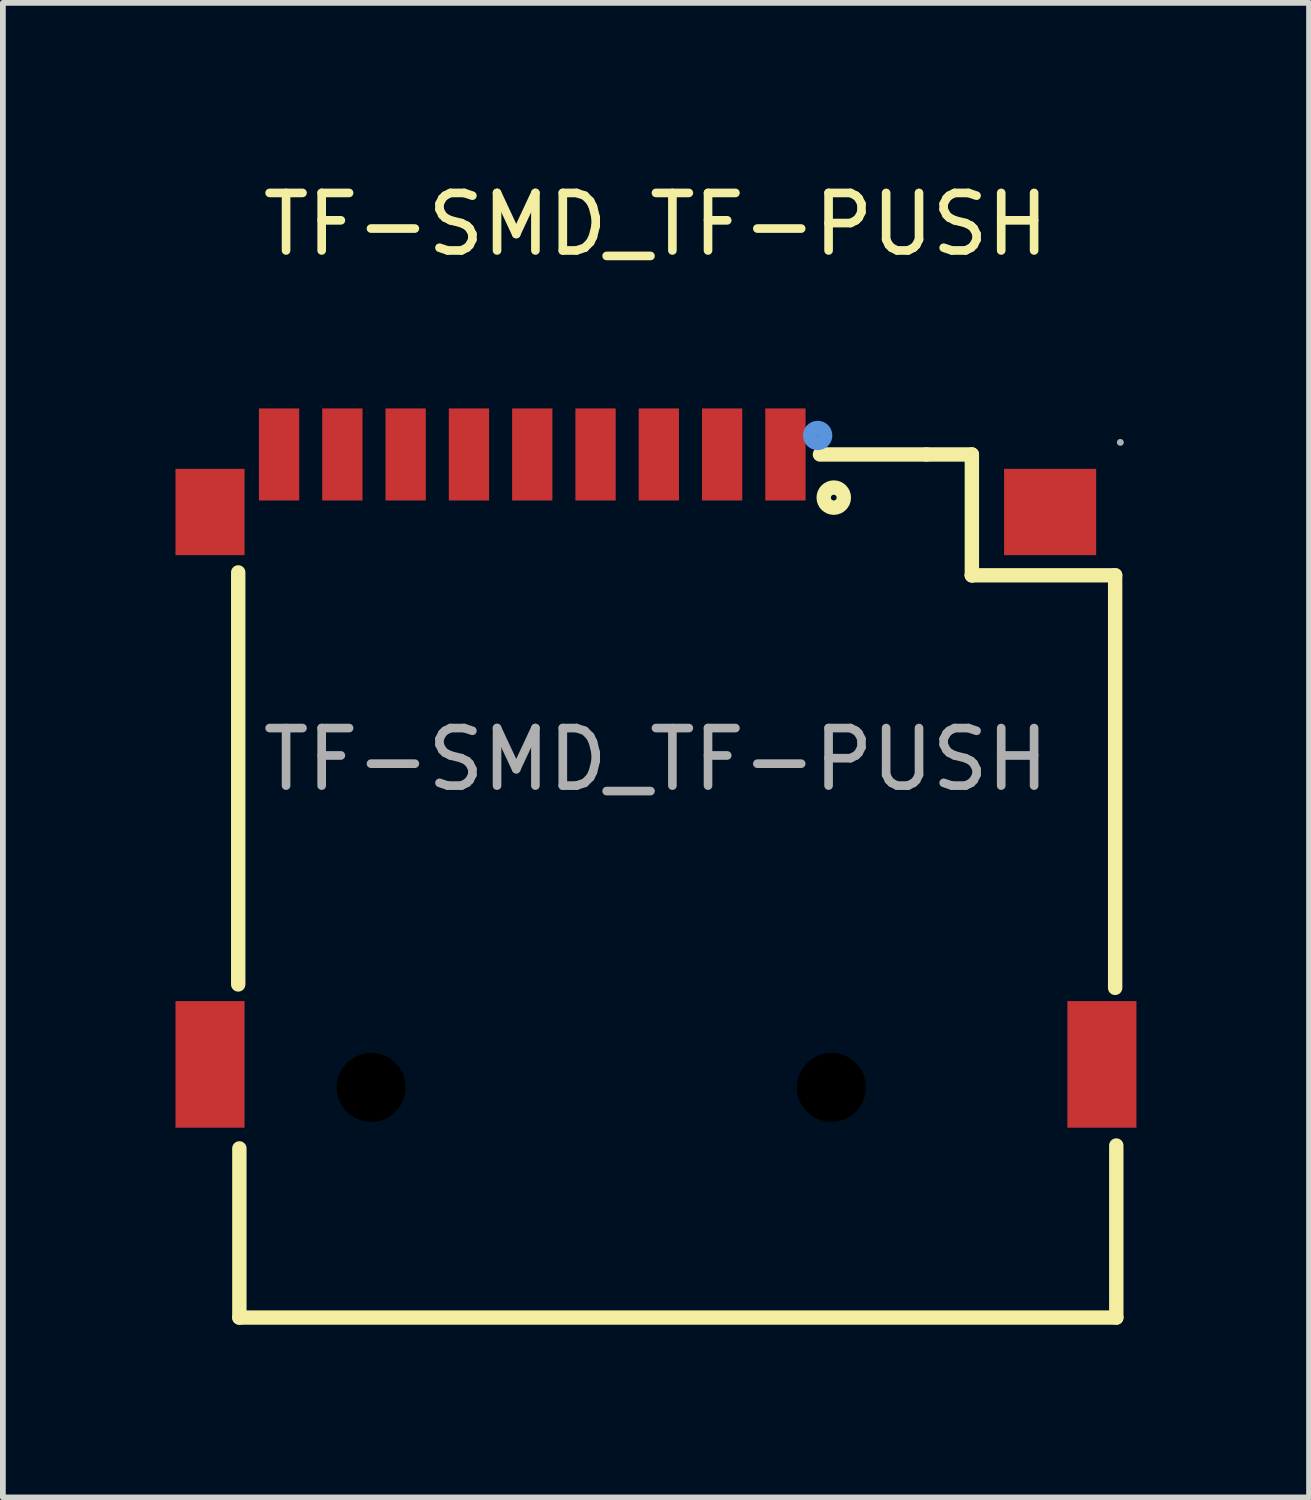
<source format=kicad_pcb>
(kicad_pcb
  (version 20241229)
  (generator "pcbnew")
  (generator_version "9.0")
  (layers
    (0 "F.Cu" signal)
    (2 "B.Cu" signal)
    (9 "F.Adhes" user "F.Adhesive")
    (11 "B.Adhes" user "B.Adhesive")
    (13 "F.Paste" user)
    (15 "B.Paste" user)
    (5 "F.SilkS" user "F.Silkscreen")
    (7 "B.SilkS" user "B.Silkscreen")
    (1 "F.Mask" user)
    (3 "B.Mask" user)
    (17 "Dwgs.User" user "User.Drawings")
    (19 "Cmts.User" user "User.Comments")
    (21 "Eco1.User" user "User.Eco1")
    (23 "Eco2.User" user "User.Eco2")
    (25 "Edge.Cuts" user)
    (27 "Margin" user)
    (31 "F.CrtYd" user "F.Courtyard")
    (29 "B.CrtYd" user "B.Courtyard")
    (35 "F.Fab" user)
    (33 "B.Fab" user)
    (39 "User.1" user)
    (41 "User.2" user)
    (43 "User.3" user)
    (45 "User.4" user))
  (footprint "TF-SMD_TF-PUSH"
    (layer "F.Cu")
    (at 8.35 10.148)
    (property "Reference" "TF-SMD_TF-PUSH" (at 0 -9.3 0) (layer "F.SilkS") (effects (font (size 1 1) (thickness 0.15))))
    (attr smd)
    (fp_line (start -7.26 -3.25) (end -7.26 3.91) (stroke (width 0.25) (type solid)) (layer "F.SilkS"))
    (fp_line (start -7.24 9.7) (end -7.24 6.76) (stroke (width 0.25) (type solid)) (layer "F.SilkS"))
    (fp_line (start -7.24 9.7) (end 8 9.7) (stroke (width 0.25) (type solid)) (layer "F.SilkS"))
    (fp_line (start 4.7 -5.3) (end 2.85 -5.3) (stroke (width 0.25) (type solid)) (layer "F.SilkS"))
    (fp_line (start 4.7 -5.3) (end 5.49 -5.3) (stroke (width 0.25) (type solid)) (layer "F.SilkS"))
    (fp_line (start 5.49 -5.3) (end 5.49 -3.2) (stroke (width 0.25) (type solid)) (layer "F.SilkS"))
    (fp_line (start 5.49 -3.2) (end 5.5 -3.2) (stroke (width 0.25) (type solid)) (layer "F.SilkS"))
    (fp_line (start 7.98 -3.2) (end 5.49 -3.2) (stroke (width 0.25) (type solid)) (layer "F.SilkS"))
    (fp_line (start 7.98 3.97) (end 7.98 -3.2) (stroke (width 0.25) (type solid)) (layer "F.SilkS"))
    (fp_line (start 8 9.7) (end 8 6.71) (stroke (width 0.25) (type solid)) (layer "F.SilkS"))
    (fp_circle (center 3.09 -4.55) (end 3.14 -4.55) (stroke (width 0.25) (type solid)) (fill no) (layer "F.SilkS"))
    (fp_circle (center -4.95 5.7) (end -4.75 5.7) (stroke (width 0.4) (type solid)) (fill no) (layer "Cmts.User"))
    (fp_circle (center 2.81 -5.63) (end 2.94 -5.63) (stroke (width 0.25) (type solid)) (fill no) (layer "Cmts.User"))
    (fp_circle (center 3.05 5.7) (end 3.25 5.7) (stroke (width 0.4) (type solid)) (fill no) (layer "Cmts.User"))
    (fp_circle (center 8.07 -5.51) (end 8.1 -5.51) (stroke (width 0.06) (type solid)) (fill no) (layer "F.Fab"))
    (fp_text user "${REFERENCE}" (at 0 0 0) (layer "F.Fab") (effects (font (size 1 1) (thickness 0.15))))
    (pad "" np_thru_hole circle (at -4.95 5.7) (size 1.2 1.2) (drill 1.2) (layers "*.Mask"))
    (pad "" np_thru_hole circle (at 3.05 5.7) (size 1.2 1.2) (drill 1.2) (layers "*.Mask"))
    (pad "1" smd rect (at 2.25 -5.3) (size 0.7 1.6) (layers "F.Cu" "F.Mask" "F.Paste"))
    (pad "2" smd rect (at 1.15 -5.3) (size 0.7 1.6) (layers "F.Cu" "F.Mask" "F.Paste"))
    (pad "3" smd rect (at 0.05 -5.3) (size 0.7 1.6) (layers "F.Cu" "F.Mask" "F.Paste"))
    (pad "4" smd rect (at -1.05 -5.3) (size 0.7 1.6) (layers "F.Cu" "F.Mask" "F.Paste"))
    (pad "5" smd rect (at -2.15 -5.3) (size 0.7 1.6) (layers "F.Cu" "F.Mask" "F.Paste"))
    (pad "6" smd rect (at -3.25 -5.3) (size 0.7 1.6) (layers "F.Cu" "F.Mask" "F.Paste"))
    (pad "7" smd rect (at -4.35 -5.3) (size 0.7 1.6) (layers "F.Cu" "F.Mask" "F.Paste"))
    (pad "8" smd rect (at -5.45 -5.3) (size 0.7 1.6) (layers "F.Cu" "F.Mask" "F.Paste"))
    (pad "9" smd rect (at -6.55 -5.3) (size 0.7 1.6) (layers "F.Cu" "F.Mask" "F.Paste"))
    (pad "10" smd rect (at -7.75 -4.3) (size 1.2 1.5) (layers "F.Cu" "F.Mask" "F.Paste"))
    (pad "10" smd rect (at -7.75 5.3) (size 1.2 2.2) (layers "F.Cu" "F.Mask" "F.Paste"))
    (pad "10" smd rect (at 6.85 -4.3) (size 1.6 1.5) (layers "F.Cu" "F.Mask" "F.Paste"))
    (pad "10" smd rect (at 7.75 5.3) (size 1.2 2.2) (layers "F.Cu" "F.Mask" "F.Paste")))
  (gr_rect
    (start -3 -3)
    (end 19.7 22.973)
    (stroke (width 0.1) (type default))
    (fill no)
    (layer "Edge.Cuts")))
</source>
